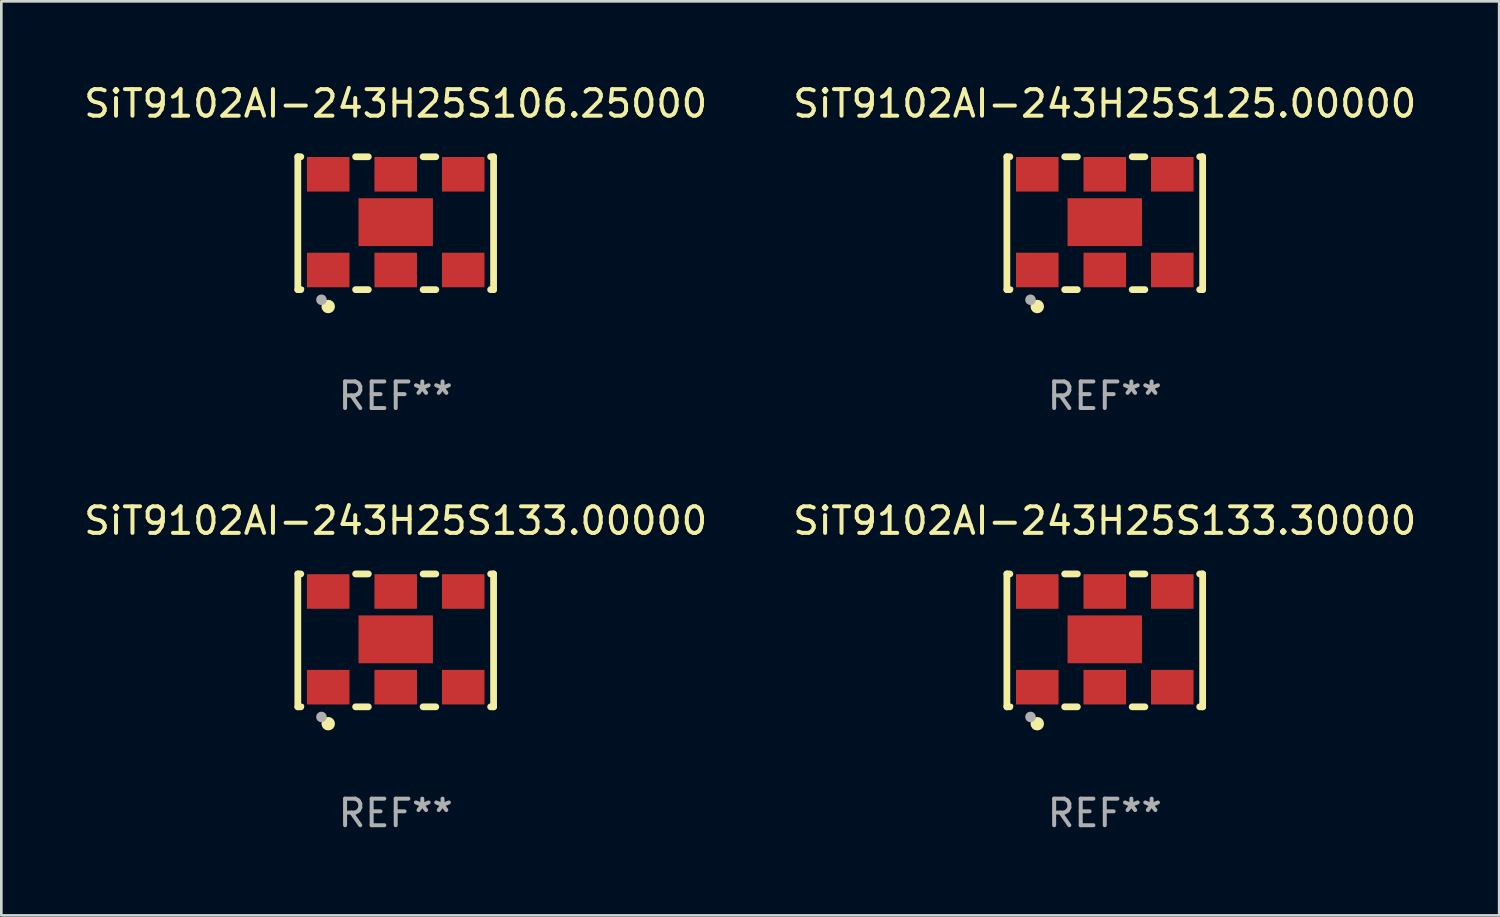
<source format=kicad_pcb>
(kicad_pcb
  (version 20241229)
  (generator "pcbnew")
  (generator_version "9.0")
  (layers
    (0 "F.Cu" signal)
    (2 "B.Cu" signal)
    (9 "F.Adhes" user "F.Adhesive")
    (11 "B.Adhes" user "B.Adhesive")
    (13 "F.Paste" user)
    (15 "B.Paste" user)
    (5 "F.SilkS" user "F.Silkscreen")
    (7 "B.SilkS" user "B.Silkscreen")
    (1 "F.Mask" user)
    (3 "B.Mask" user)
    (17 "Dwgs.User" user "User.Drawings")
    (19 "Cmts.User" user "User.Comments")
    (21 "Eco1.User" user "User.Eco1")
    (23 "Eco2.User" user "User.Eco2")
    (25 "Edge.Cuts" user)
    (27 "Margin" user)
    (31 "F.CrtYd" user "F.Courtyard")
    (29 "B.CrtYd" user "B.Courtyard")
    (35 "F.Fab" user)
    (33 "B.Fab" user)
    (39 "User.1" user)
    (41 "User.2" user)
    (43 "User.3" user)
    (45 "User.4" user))
  (footprint "SiT9102AI-243H25S125.00000"
    (layer "F.Cu")
    (at 38.518 5.348)
    (property "Reference" "SiT9102AI-243H25S125.00000" (at 0 -4.5 0) (layer "F.SilkS") (effects (font (size 1 1) (thickness 0.15))))
    (attr through_hole)
    (fp_line (start -3.683 -2.5) (end -3.571 -2.5) (stroke (width 0.254) (type solid)) (layer "F.SilkS"))
    (fp_line (start -3.683 2.5) (end -3.683 -2.5) (stroke (width 0.254) (type solid)) (layer "F.SilkS"))
    (fp_line (start -3.683 2.5) (end -3.571 2.5) (stroke (width 0.254) (type solid)) (layer "F.SilkS"))
    (fp_line (start -1.509 -2.5) (end -1.031 -2.5) (stroke (width 0.254) (type solid)) (layer "F.SilkS"))
    (fp_line (start -1.509 2.5) (end -1.031 2.5) (stroke (width 0.254) (type solid)) (layer "F.SilkS"))
    (fp_line (start 1.031 -2.5) (end 1.509 -2.5) (stroke (width 0.254) (type solid)) (layer "F.SilkS"))
    (fp_line (start 1.031 2.5) (end 1.509 2.5) (stroke (width 0.254) (type solid)) (layer "F.SilkS"))
    (fp_line (start 3.571 -2.5) (end 3.683 -2.5) (stroke (width 0.254) (type solid)) (layer "F.SilkS"))
    (fp_line (start 3.571 2.5) (end 3.683 2.5) (stroke (width 0.254) (type solid)) (layer "F.SilkS"))
    (fp_line (start 3.683 2.5) (end 3.683 -2.5) (stroke (width 0.254) (type solid)) (layer "F.SilkS"))
    (fp_circle (center -3.5 2.46) (end -3.47 2.46) (stroke (width 0.06) (type solid)) (fill no) (layer "F.SilkS"))
    (fp_circle (center -2.54 3.135) (end -2.413 3.135) (stroke (width 0.254) (type solid)) (fill no) (layer "F.SilkS"))
    (fp_circle (center -2.794 2.881) (end -2.694 2.881) (stroke (width 0.2) (type solid)) (fill no) (layer "F.Fab"))
    (fp_text user "REF**" (at 0 6.5 0) (layer "F.Fab") (effects (font (size 1 1) (thickness 0.15))))
    (pad "1" smd rect (at -2.54 1.76) (size 1.6 1.3) (layers "F.Cu" "F.Mask" "F.Paste"))
    (pad "2" smd rect (at 0 1.76) (size 1.6 1.3) (layers "F.Cu" "F.Mask" "F.Paste"))
    (pad "3" smd rect (at 2.54 1.76) (size 1.6 1.3) (layers "F.Cu" "F.Mask" "F.Paste"))
    (pad "4" smd rect (at 2.54 -1.84) (size 1.6 1.3) (layers "F.Cu" "F.Mask" "F.Paste"))
    (pad "5" smd rect (at 0 -1.84) (size 1.6 1.3) (layers "F.Cu" "F.Mask" "F.Paste"))
    (pad "6" smd rect (at -2.54 -1.84) (size 1.6 1.3) (layers "F.Cu" "F.Mask" "F.Paste"))
    (pad "7" smd rect (at 0 -0.04) (size 2.8 1.8) (layers "F.Cu" "F.Mask" "F.Paste")))
  (footprint "SiT9102AI-243H25S106.25000"
    (layer "F.Cu")
    (at 11.839 5.348)
    (property "Reference" "SiT9102AI-243H25S106.25000" (at 0 -4.5 0) (layer "F.SilkS") (effects (font (size 1 1) (thickness 0.15))))
    (attr through_hole)
    (fp_line (start -3.683 -2.5) (end -3.571 -2.5) (stroke (width 0.254) (type solid)) (layer "F.SilkS"))
    (fp_line (start -3.683 2.5) (end -3.683 -2.5) (stroke (width 0.254) (type solid)) (layer "F.SilkS"))
    (fp_line (start -3.683 2.5) (end -3.571 2.5) (stroke (width 0.254) (type solid)) (layer "F.SilkS"))
    (fp_line (start -1.509 -2.5) (end -1.031 -2.5) (stroke (width 0.254) (type solid)) (layer "F.SilkS"))
    (fp_line (start -1.509 2.5) (end -1.031 2.5) (stroke (width 0.254) (type solid)) (layer "F.SilkS"))
    (fp_line (start 1.031 -2.5) (end 1.509 -2.5) (stroke (width 0.254) (type solid)) (layer "F.SilkS"))
    (fp_line (start 1.031 2.5) (end 1.509 2.5) (stroke (width 0.254) (type solid)) (layer "F.SilkS"))
    (fp_line (start 3.571 -2.5) (end 3.683 -2.5) (stroke (width 0.254) (type solid)) (layer "F.SilkS"))
    (fp_line (start 3.571 2.5) (end 3.683 2.5) (stroke (width 0.254) (type solid)) (layer "F.SilkS"))
    (fp_line (start 3.683 2.5) (end 3.683 -2.5) (stroke (width 0.254) (type solid)) (layer "F.SilkS"))
    (fp_circle (center -3.5 2.46) (end -3.47 2.46) (stroke (width 0.06) (type solid)) (fill no) (layer "F.SilkS"))
    (fp_circle (center -2.54 3.135) (end -2.413 3.135) (stroke (width 0.254) (type solid)) (fill no) (layer "F.SilkS"))
    (fp_circle (center -2.794 2.881) (end -2.694 2.881) (stroke (width 0.2) (type solid)) (fill no) (layer "F.Fab"))
    (fp_text user "REF**" (at 0 6.5 0) (layer "F.Fab") (effects (font (size 1 1) (thickness 0.15))))
    (pad "1" smd rect (at -2.54 1.76) (size 1.6 1.3) (layers "F.Cu" "F.Mask" "F.Paste"))
    (pad "2" smd rect (at 0 1.76) (size 1.6 1.3) (layers "F.Cu" "F.Mask" "F.Paste"))
    (pad "3" smd rect (at 2.54 1.76) (size 1.6 1.3) (layers "F.Cu" "F.Mask" "F.Paste"))
    (pad "4" smd rect (at 2.54 -1.84) (size 1.6 1.3) (layers "F.Cu" "F.Mask" "F.Paste"))
    (pad "5" smd rect (at 0 -1.84) (size 1.6 1.3) (layers "F.Cu" "F.Mask" "F.Paste"))
    (pad "6" smd rect (at -2.54 -1.84) (size 1.6 1.3) (layers "F.Cu" "F.Mask" "F.Paste"))
    (pad "7" smd rect (at 0 -0.04) (size 2.8 1.8) (layers "F.Cu" "F.Mask" "F.Paste")))
  (footprint "SiT9102AI-243H25S133.30000"
    (layer "F.Cu")
    (at 38.518 21.045)
    (property "Reference" "SiT9102AI-243H25S133.30000" (at 0 -4.5 0) (layer "F.SilkS") (effects (font (size 1 1) (thickness 0.15))))
    (attr through_hole)
    (fp_line (start -3.683 -2.5) (end -3.571 -2.5) (stroke (width 0.254) (type solid)) (layer "F.SilkS"))
    (fp_line (start -3.683 2.5) (end -3.683 -2.5) (stroke (width 0.254) (type solid)) (layer "F.SilkS"))
    (fp_line (start -3.683 2.5) (end -3.571 2.5) (stroke (width 0.254) (type solid)) (layer "F.SilkS"))
    (fp_line (start -1.509 -2.5) (end -1.031 -2.5) (stroke (width 0.254) (type solid)) (layer "F.SilkS"))
    (fp_line (start -1.509 2.5) (end -1.031 2.5) (stroke (width 0.254) (type solid)) (layer "F.SilkS"))
    (fp_line (start 1.031 -2.5) (end 1.509 -2.5) (stroke (width 0.254) (type solid)) (layer "F.SilkS"))
    (fp_line (start 1.031 2.5) (end 1.509 2.5) (stroke (width 0.254) (type solid)) (layer "F.SilkS"))
    (fp_line (start 3.571 -2.5) (end 3.683 -2.5) (stroke (width 0.254) (type solid)) (layer "F.SilkS"))
    (fp_line (start 3.571 2.5) (end 3.683 2.5) (stroke (width 0.254) (type solid)) (layer "F.SilkS"))
    (fp_line (start 3.683 2.5) (end 3.683 -2.5) (stroke (width 0.254) (type solid)) (layer "F.SilkS"))
    (fp_circle (center -3.5 2.46) (end -3.47 2.46) (stroke (width 0.06) (type solid)) (fill no) (layer "F.SilkS"))
    (fp_circle (center -2.54 3.135) (end -2.413 3.135) (stroke (width 0.254) (type solid)) (fill no) (layer "F.SilkS"))
    (fp_circle (center -2.794 2.881) (end -2.694 2.881) (stroke (width 0.2) (type solid)) (fill no) (layer "F.Fab"))
    (fp_text user "REF**" (at 0 6.5 0) (layer "F.Fab") (effects (font (size 1 1) (thickness 0.15))))
    (pad "1" smd rect (at -2.54 1.76) (size 1.6 1.3) (layers "F.Cu" "F.Mask" "F.Paste"))
    (pad "2" smd rect (at 0 1.76) (size 1.6 1.3) (layers "F.Cu" "F.Mask" "F.Paste"))
    (pad "3" smd rect (at 2.54 1.76) (size 1.6 1.3) (layers "F.Cu" "F.Mask" "F.Paste"))
    (pad "4" smd rect (at 2.54 -1.84) (size 1.6 1.3) (layers "F.Cu" "F.Mask" "F.Paste"))
    (pad "5" smd rect (at 0 -1.84) (size 1.6 1.3) (layers "F.Cu" "F.Mask" "F.Paste"))
    (pad "6" smd rect (at -2.54 -1.84) (size 1.6 1.3) (layers "F.Cu" "F.Mask" "F.Paste"))
    (pad "7" smd rect (at 0 -0.04) (size 2.8 1.8) (layers "F.Cu" "F.Mask" "F.Paste")))
  (footprint "SiT9102AI-243H25S133.00000"
    (layer "F.Cu")
    (at 11.839 21.045)
    (property "Reference" "SiT9102AI-243H25S133.00000" (at 0 -4.5 0) (layer "F.SilkS") (effects (font (size 1 1) (thickness 0.15))))
    (attr through_hole)
    (fp_line (start -3.683 -2.5) (end -3.571 -2.5) (stroke (width 0.254) (type solid)) (layer "F.SilkS"))
    (fp_line (start -3.683 2.5) (end -3.683 -2.5) (stroke (width 0.254) (type solid)) (layer "F.SilkS"))
    (fp_line (start -3.683 2.5) (end -3.571 2.5) (stroke (width 0.254) (type solid)) (layer "F.SilkS"))
    (fp_line (start -1.509 -2.5) (end -1.031 -2.5) (stroke (width 0.254) (type solid)) (layer "F.SilkS"))
    (fp_line (start -1.509 2.5) (end -1.031 2.5) (stroke (width 0.254) (type solid)) (layer "F.SilkS"))
    (fp_line (start 1.031 -2.5) (end 1.509 -2.5) (stroke (width 0.254) (type solid)) (layer "F.SilkS"))
    (fp_line (start 1.031 2.5) (end 1.509 2.5) (stroke (width 0.254) (type solid)) (layer "F.SilkS"))
    (fp_line (start 3.571 -2.5) (end 3.683 -2.5) (stroke (width 0.254) (type solid)) (layer "F.SilkS"))
    (fp_line (start 3.571 2.5) (end 3.683 2.5) (stroke (width 0.254) (type solid)) (layer "F.SilkS"))
    (fp_line (start 3.683 2.5) (end 3.683 -2.5) (stroke (width 0.254) (type solid)) (layer "F.SilkS"))
    (fp_circle (center -3.5 2.46) (end -3.47 2.46) (stroke (width 0.06) (type solid)) (fill no) (layer "F.SilkS"))
    (fp_circle (center -2.54 3.135) (end -2.413 3.135) (stroke (width 0.254) (type solid)) (fill no) (layer "F.SilkS"))
    (fp_circle (center -2.794 2.881) (end -2.694 2.881) (stroke (width 0.2) (type solid)) (fill no) (layer "F.Fab"))
    (fp_text user "REF**" (at 0 6.5 0) (layer "F.Fab") (effects (font (size 1 1) (thickness 0.15))))
    (pad "1" smd rect (at -2.54 1.76) (size 1.6 1.3) (layers "F.Cu" "F.Mask" "F.Paste"))
    (pad "2" smd rect (at 0 1.76) (size 1.6 1.3) (layers "F.Cu" "F.Mask" "F.Paste"))
    (pad "3" smd rect (at 2.54 1.76) (size 1.6 1.3) (layers "F.Cu" "F.Mask" "F.Paste"))
    (pad "4" smd rect (at 2.54 -1.84) (size 1.6 1.3) (layers "F.Cu" "F.Mask" "F.Paste"))
    (pad "5" smd rect (at 0 -1.84) (size 1.6 1.3) (layers "F.Cu" "F.Mask" "F.Paste"))
    (pad "6" smd rect (at -2.54 -1.84) (size 1.6 1.3) (layers "F.Cu" "F.Mask" "F.Paste"))
    (pad "7" smd rect (at 0 -0.04) (size 2.8 1.8) (layers "F.Cu" "F.Mask" "F.Paste")))
  (gr_rect
    (start -3 -3)
    (end 53.357 31.393)
    (stroke (width 0.1) (type default))
    (fill no)
    (layer "Edge.Cuts")))
</source>
